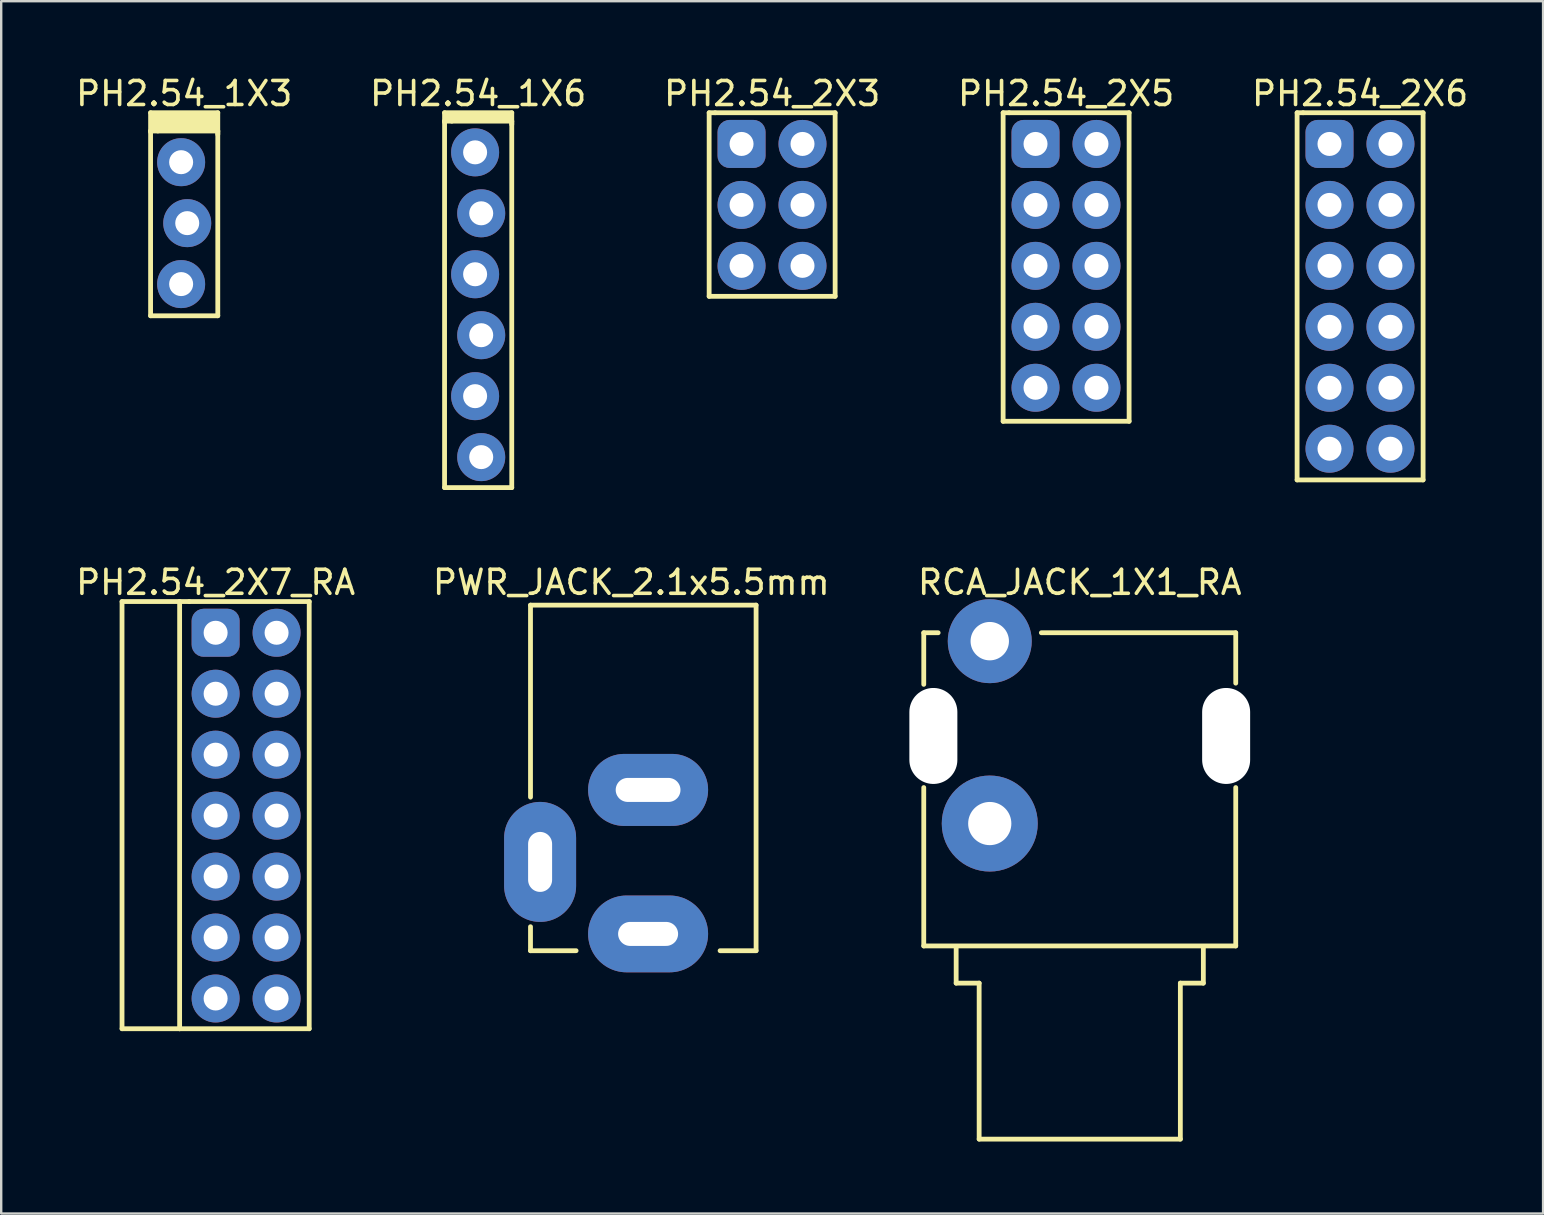
<source format=kicad_pcb>
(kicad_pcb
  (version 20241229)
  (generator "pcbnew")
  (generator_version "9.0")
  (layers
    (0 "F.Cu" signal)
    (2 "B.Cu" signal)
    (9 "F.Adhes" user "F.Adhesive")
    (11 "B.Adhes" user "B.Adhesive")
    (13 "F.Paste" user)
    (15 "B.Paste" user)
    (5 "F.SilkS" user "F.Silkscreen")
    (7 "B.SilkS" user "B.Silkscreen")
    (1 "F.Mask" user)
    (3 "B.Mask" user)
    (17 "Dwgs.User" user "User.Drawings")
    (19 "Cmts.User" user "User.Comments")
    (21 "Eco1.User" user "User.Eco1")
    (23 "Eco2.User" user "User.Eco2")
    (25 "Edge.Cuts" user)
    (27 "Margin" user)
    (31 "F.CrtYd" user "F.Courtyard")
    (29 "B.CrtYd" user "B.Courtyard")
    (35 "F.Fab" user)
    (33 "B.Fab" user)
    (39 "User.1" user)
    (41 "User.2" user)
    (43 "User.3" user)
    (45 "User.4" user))
  (footprint "PH2.54_2X3"
    (layer "F.Cu")
    (at 27.85 2.948)
    (property "Reference" "PH2.54_2X3" (at 1.275 -2.1 0) (layer "F.SilkS") (effects (font (size 1 1) (thickness 0.15))))
    (fp_line (start -1.35 -1.3) (end -1.1 -1.3) (stroke (width 0.2) (type solid)) (layer "F.SilkS"))
    (fp_line (start -1.35 6.35) (end -1.35 -1.3) (stroke (width 0.2) (type solid)) (layer "F.SilkS"))
    (fp_line (start -1.35 6.35) (end 3.9 6.35) (stroke (width 0.2) (type solid)) (layer "F.SilkS"))
    (fp_line (start -1.1 -1.3) (end 3.9 -1.3) (stroke (width 0.2) (type solid)) (layer "F.SilkS"))
    (fp_line (start 3.9 6.35) (end 3.9 -1.3) (stroke (width 0.2) (type solid)) (layer "F.SilkS"))
    (pad "1" thru_hole roundrect (at 0 0) (size 2 2) (drill 1) (layers "*.Cu" "*.Mask") (roundrect_rratio 0.25))
    (pad "2" thru_hole circle (at 2.54 0) (size 2 2) (drill 1) (layers "*.Cu" "*.Mask"))
    (pad "3" thru_hole circle (at 0 2.54) (size 2 2) (drill 1) (layers "*.Cu" "*.Mask"))
    (pad "4" thru_hole circle (at 2.54 2.54) (size 2 2) (drill 1) (layers "*.Cu" "*.Mask"))
    (pad "5" thru_hole circle (at 0 5.08) (size 2 2) (drill 1) (layers "*.Cu" "*.Mask"))
    (pad "6" thru_hole circle (at 2.54 5.08) (size 2 2) (drill 1) (layers "*.Cu" "*.Mask")))
  (footprint "PH2.54_2X6"
    (layer "F.Cu")
    (at 52.35 2.948)
    (property "Reference" "PH2.54_2X6" (at 1.275 -2.1 0) (layer "F.SilkS") (effects (font (size 1 1) (thickness 0.15))))
    (fp_line (start -1.35 -1.3) (end -1.1 -1.3) (stroke (width 0.2) (type solid)) (layer "F.SilkS"))
    (fp_line (start -1.35 14) (end -1.35 -1.3) (stroke (width 0.2) (type solid)) (layer "F.SilkS"))
    (fp_line (start -1.35 14) (end 3.9 14) (stroke (width 0.2) (type solid)) (layer "F.SilkS"))
    (fp_line (start -1.1 -1.3) (end 3.9 -1.3) (stroke (width 0.2) (type solid)) (layer "F.SilkS"))
    (fp_line (start 3.9 14) (end 3.9 -1.3) (stroke (width 0.2) (type solid)) (layer "F.SilkS"))
    (pad "1" thru_hole roundrect (at 0 0) (size 2 2) (drill 1) (layers "*.Cu" "*.Mask") (roundrect_rratio 0.25))
    (pad "2" thru_hole circle (at 2.54 0) (size 2 2) (drill 1) (layers "*.Cu" "*.Mask"))
    (pad "3" thru_hole circle (at 0 2.54) (size 2 2) (drill 1) (layers "*.Cu" "*.Mask"))
    (pad "4" thru_hole circle (at 2.54 2.54) (size 2 2) (drill 1) (layers "*.Cu" "*.Mask"))
    (pad "5" thru_hole circle (at 0 5.08) (size 2 2) (drill 1) (layers "*.Cu" "*.Mask"))
    (pad "6" thru_hole circle (at 2.54 5.08) (size 2 2) (drill 1) (layers "*.Cu" "*.Mask"))
    (pad "7" thru_hole circle (at 0 7.62) (size 2 2) (drill 1) (layers "*.Cu" "*.Mask"))
    (pad "8" thru_hole circle (at 2.54 7.62) (size 2 2) (drill 1) (layers "*.Cu" "*.Mask"))
    (pad "9" thru_hole circle (at 0 10.16) (size 2 2) (drill 1) (layers "*.Cu" "*.Mask"))
    (pad "10" thru_hole circle (at 2.54 10.16) (size 2 2) (drill 1) (layers "*.Cu" "*.Mask"))
    (pad "11" thru_hole circle (at 0 12.7) (size 2 2) (drill 1) (layers "*.Cu" "*.Mask"))
    (pad "12" thru_hole circle (at 2.54 12.7) (size 2 2) (drill 1) (layers "*.Cu" "*.Mask")))
  (footprint "PH2.54_1X3"
    (layer "F.Cu")
    (at 4.625 6.248)
    (property "Reference" "PH2.54_1X3" (at 0 -5.4 0) (layer "F.SilkS") (effects (font (size 1 1) (thickness 0.15))))
    (fp_line (start -1.4 -4.6) (end 1.4 -4.6) (stroke (width 0.2) (type solid)) (layer "F.SilkS"))
    (fp_line (start -1.4 -3.84) (end -1.1 -3.84) (stroke (width 0.2) (type solid)) (layer "F.SilkS"))
    (fp_line (start -1.4 -3.8) (end -1.4 -4.6) (stroke (width 0.2) (type solid)) (layer "F.SilkS"))
    (fp_line (start -1.4 3.86) (end -1.4 -3.84) (stroke (width 0.2) (type solid)) (layer "F.SilkS"))
    (fp_line (start -1.4 3.86) (end 1.4 3.86) (stroke (width 0.2) (type solid)) (layer "F.SilkS"))
    (fp_line (start -1.1 -3.84) (end 1.4 -3.84) (stroke (width 0.2) (type solid)) (layer "F.SilkS"))
    (fp_line (start 1.4 -3.7) (end 1.4 -4.6) (stroke (width 0.2) (type solid)) (layer "F.SilkS"))
    (fp_line (start 1.4 3.86) (end 1.4 -3.84) (stroke (width 0.2) (type solid)) (layer "F.SilkS"))
    (fp_rect (start -1.4 -3.8) (end 1.4 -4.6) (stroke (width 0) (type default)) (fill yes) (layer "F.SilkS"))
    (pad "1" thru_hole circle (at -0.127 -2.54) (size 2 2) (drill 1) (layers "*.Cu" "*.Mask"))
    (pad "2" thru_hole circle (at 0.127 0) (size 2 2) (drill 1) (layers "*.Cu" "*.Mask"))
    (pad "3" thru_hole circle (at -0.127 2.54) (size 2 2) (drill 1) (layers "*.Cu" "*.Mask")))
  (footprint "PWR_JACK_2.1x5.5mm"
    (layer "F.Cu")
    (at 23.956 22.166)
    (property "Reference" "PWR_JACK_2.1x5.5mm" (at -0.7 -0.95 0) (layer "F.SilkS") (effects (font (size 1 1) (thickness 0.15))))
    (fp_line (start -4.9 0) (end 4.5 0) (stroke (width 0.2) (type solid)) (layer "F.SilkS"))
    (fp_line (start -4.9 8) (end -4.9 0) (stroke (width 0.2) (type solid)) (layer "F.SilkS"))
    (fp_line (start -4.9 14.4) (end -4.9 13.4) (stroke (width 0.2) (type solid)) (layer "F.SilkS"))
    (fp_line (start -4.9 14.4) (end -3 14.4) (stroke (width 0.2) (type solid)) (layer "F.SilkS"))
    (fp_line (start 3 14.4) (end 4.5 14.4) (stroke (width 0.2) (type solid)) (layer "F.SilkS"))
    (fp_line (start 4.5 14.4) (end 4.5 0) (stroke (width 0.2) (type solid)) (layer "F.SilkS"))
    (pad "1" thru_hole oval (at 0 13.7) (size 5 3.2) (drill oval 2.5 1) (layers "*.Cu" "*.Mask"))
    (pad "2" thru_hole oval (at 0 7.7) (size 5 3) (drill oval 2.7 1) (layers "*.Cu" "*.Mask"))
    (pad "3" thru_hole oval (at -4.5 10.7) (size 3 5) (drill oval 1 2.5) (layers "*.Cu" "*.Mask")))
  (footprint "PH2.54_1X6"
    (layer "F.Cu")
    (at 16.875 9.648)
    (property "Reference" "PH2.54_1X6" (at 0 -8.8 0) (layer "F.SilkS") (effects (font (size 1 1) (thickness 0.15))))
    (fp_line (start -1.4 -8) (end 1.4 -8) (stroke (width 0.2) (type solid)) (layer "F.SilkS"))
    (fp_line (start -1.4 -7.65) (end -1.1 -7.65) (stroke (width 0.2) (type solid)) (layer "F.SilkS"))
    (fp_line (start -1.4 -7.61) (end -1.4 -8) (stroke (width 0.2) (type solid)) (layer "F.SilkS"))
    (fp_line (start -1.4 7.62) (end -1.4 -7.65) (stroke (width 0.2) (type solid)) (layer "F.SilkS"))
    (fp_line (start -1.4 7.62) (end 1.4 7.62) (stroke (width 0.2) (type solid)) (layer "F.SilkS"))
    (fp_line (start -1.1 -7.65) (end 1.4 -7.65) (stroke (width 0.2) (type solid)) (layer "F.SilkS"))
    (fp_line (start 1.4 -7.51) (end 1.4 -8) (stroke (width 0.2) (type solid)) (layer "F.SilkS"))
    (fp_line (start 1.4 7.62) (end 1.4 -7.65) (stroke (width 0.2) (type solid)) (layer "F.SilkS"))
    (fp_rect (start -1.4 -7.61) (end 1.4 -8) (stroke (width 0) (type default)) (fill yes) (layer "F.SilkS"))
    (pad "1" thru_hole circle (at -0.127 -6.35) (size 2 2) (drill 1) (layers "*.Cu" "*.Mask"))
    (pad "2" thru_hole circle (at 0.127 -3.81) (size 2 2) (drill 1) (layers "*.Cu" "*.Mask"))
    (pad "3" thru_hole circle (at -0.127 -1.27) (size 2 2) (drill 1) (layers "*.Cu" "*.Mask"))
    (pad "4" thru_hole circle (at 0.127 1.27 180) (size 2 2) (drill 1) (layers "*.Cu" "*.Mask"))
    (pad "5" thru_hole circle (at -0.127 3.81 180) (size 2 2) (drill 1) (layers "*.Cu" "*.Mask"))
    (pad "6" thru_hole circle (at 0.127 6.35 180) (size 2 2) (drill 1) (layers "*.Cu" "*.Mask")))
  (footprint "PH2.54_2X7_RA"
    (layer "F.Cu")
    (at 5.935 23.317)
    (property "Reference" "PH2.54_2X7_RA" (at 0 -2.1 0) (layer "F.SilkS") (effects (font (size 1 1) (thickness 0.15))))
    (fp_line (start -3.9 -1.3) (end -1.5 -1.3) (stroke (width 0.2) (type solid)) (layer "F.SilkS"))
    (fp_line (start -3.9 16.5) (end -3.9 -1.3) (stroke (width 0.2) (type solid)) (layer "F.SilkS"))
    (fp_line (start -3.9 16.5) (end -1.5 16.5) (stroke (width 0.2) (type solid)) (layer "F.SilkS"))
    (fp_line (start -1.5 -1.3) (end -1.1 -1.3) (stroke (width 0.2) (type solid)) (layer "F.SilkS"))
    (fp_line (start -1.5 16.5) (end -1.5 -1.3) (stroke (width 0.2) (type solid)) (layer "F.SilkS"))
    (fp_line (start -1.5 16.5) (end 3.9 16.5) (stroke (width 0.2) (type solid)) (layer "F.SilkS"))
    (fp_line (start -1.1 -1.3) (end 3.9 -1.3) (stroke (width 0.2) (type solid)) (layer "F.SilkS"))
    (fp_line (start 3.9 16.5) (end 3.9 -1.3) (stroke (width 0.2) (type solid)) (layer "F.SilkS"))
    (pad "1" thru_hole roundrect (at 0 0) (size 2 2) (drill 1) (layers "*.Cu" "*.Mask") (roundrect_rratio 0.25))
    (pad "2" thru_hole circle (at 2.54 0) (size 2 2) (drill 1) (layers "*.Cu" "*.Mask"))
    (pad "3" thru_hole circle (at 0 2.54) (size 2 2) (drill 1) (layers "*.Cu" "*.Mask"))
    (pad "4" thru_hole circle (at 2.54 2.54) (size 2 2) (drill 1) (layers "*.Cu" "*.Mask"))
    (pad "5" thru_hole circle (at 0 5.08) (size 2 2) (drill 1) (layers "*.Cu" "*.Mask"))
    (pad "6" thru_hole circle (at 2.54 5.08) (size 2 2) (drill 1) (layers "*.Cu" "*.Mask"))
    (pad "7" thru_hole circle (at 0 7.62) (size 2 2) (drill 1) (layers "*.Cu" "*.Mask"))
    (pad "8" thru_hole circle (at 2.54 7.62) (size 2 2) (drill 1) (layers "*.Cu" "*.Mask"))
    (pad "9" thru_hole circle (at 0 10.16) (size 2 2) (drill 1) (layers "*.Cu" "*.Mask"))
    (pad "10" thru_hole circle (at 2.54 10.16) (size 2 2) (drill 1) (layers "*.Cu" "*.Mask"))
    (pad "11" thru_hole circle (at 0 12.7) (size 2 2) (drill 1) (layers "*.Cu" "*.Mask"))
    (pad "12" thru_hole circle (at 2.54 12.7) (size 2 2) (drill 1) (layers "*.Cu" "*.Mask"))
    (pad "13" thru_hole circle (at 0 15.24) (size 2 2) (drill 1) (layers "*.Cu" "*.Mask"))
    (pad "14" thru_hole circle (at 2.54 15.24) (size 2 2) (drill 1) (layers "*.Cu" "*.Mask")))
  (footprint "RCA_JACK_1X1_RA"
    (layer "F.Cu")
    (at 41.943 36.367)
    (property "Reference" "RCA_JACK_1X1_RA" (at 0 -15.15 0) (layer "F.SilkS") (effects (font (size 1 1) (thickness 0.15))))
    (fp_line (start -6.5 -13.05) (end -5.9 -13.05) (stroke (width 0.2) (type solid)) (layer "F.SilkS"))
    (fp_line (start -6.5 -10.9) (end -6.5 -13.05) (stroke (width 0.2) (type solid)) (layer "F.SilkS"))
    (fp_line (start -6.5 0) (end -6.5 -6.6) (stroke (width 0.2) (type solid)) (layer "F.SilkS"))
    (fp_line (start -6.5 0) (end 6.5 0) (stroke (width 0.2) (type solid)) (layer "F.SilkS"))
    (fp_line (start -5.15 1.55) (end -5.15 0.05) (stroke (width 0.2) (type solid)) (layer "F.SilkS"))
    (fp_line (start -5.15 1.55) (end -4.192 1.55) (stroke (width 0.2) (type solid)) (layer "F.SilkS"))
    (fp_line (start -4.192 8.05) (end -4.192 1.55) (stroke (width 0.2) (type solid)) (layer "F.SilkS"))
    (fp_line (start -4.192 8.05) (end 4.192 8.05) (stroke (width 0.2) (type solid)) (layer "F.SilkS"))
    (fp_line (start -1.6 -13.05) (end 6.5 -13.05) (stroke (width 0.2) (type solid)) (layer "F.SilkS"))
    (fp_line (start 4.192 1.55) (end 5.15 1.55) (stroke (width 0.2) (type solid)) (layer "F.SilkS"))
    (fp_line (start 4.192 8.05) (end 4.192 1.55) (stroke (width 0.2) (type solid)) (layer "F.SilkS"))
    (fp_line (start 5.15 1.55) (end 5.15 0.05) (stroke (width 0.2) (type solid)) (layer "F.SilkS"))
    (fp_line (start 6.5 -10.95) (end 6.5 -13.05) (stroke (width 0.2) (type solid)) (layer "F.SilkS"))
    (fp_line (start 6.5 0) (end 6.5 -6.6) (stroke (width 0.2) (type solid)) (layer "F.SilkS"))
    (fp_line (start -7.2 -14.7) (end -6.25 -14.7) (stroke (width 0.2) (type solid)) (layer "Eco2.User"))
    (fp_line (start -7.2 0) (end -7.2 -14.7) (stroke (width 0.2) (type solid)) (layer "Eco2.User"))
    (fp_line (start -7.2 0) (end 10.3 0) (stroke (width 0.2) (type solid)) (layer "Eco2.User"))
    (fp_line (start -6.25 -14.7) (end 10.3 -14.7) (stroke (width 0.2) (type solid)) (layer "Eco2.User"))
    (fp_line (start 10.3 -13.45) (end 10.3 -14.7) (stroke (width 0.2) (type solid)) (layer "Eco2.User"))
    (fp_line (start 10.3 0) (end 10.3 -13.45) (stroke (width 0.2) (type solid)) (layer "Eco2.User"))
    (fp_circle (center 0 0) (end 0 -0.141) (stroke (width 0.4) (type solid)) (fill no) (layer "Eco2.User"))
    (pad "" np_thru_hole oval (at -6.1 -8.75) (size 2 4) (drill oval 2 4) (layers "*.Cu" "*.Mask"))
    (pad "" np_thru_hole oval (at 6.1 -8.75 180) (size 2 4) (drill oval 2 4) (layers "*.Cu" "*.Mask"))
    (pad "1" thru_hole circle (at -3.75 -5.1) (size 4 4) (drill 1.8) (layers "*.Cu" "*.Mask"))
    (pad "2" thru_hole circle (at -3.75 -12.7) (size 3.5 3.5) (drill 1.6) (layers "*.Cu" "*.Mask")))
  (footprint "PH2.54_2X5"
    (layer "F.Cu")
    (at 40.1 2.948)
    (property "Reference" "PH2.54_2X5" (at 1.275 -2.1 0) (layer "F.SilkS") (effects (font (size 1 1) (thickness 0.15))))
    (fp_line (start -1.35 -1.3) (end -1.1 -1.3) (stroke (width 0.2) (type solid)) (layer "F.SilkS"))
    (fp_line (start -1.35 11.557) (end -1.35 -1.3) (stroke (width 0.2) (type solid)) (layer "F.SilkS"))
    (fp_line (start -1.35 11.557) (end 3.9 11.557) (stroke (width 0.2) (type solid)) (layer "F.SilkS"))
    (fp_line (start -1.1 -1.3) (end 3.9 -1.3) (stroke (width 0.2) (type solid)) (layer "F.SilkS"))
    (fp_line (start 3.9 11.557) (end 3.9 -1.3) (stroke (width 0.2) (type solid)) (layer "F.SilkS"))
    (pad "1" thru_hole roundrect (at 0 0) (size 2 2) (drill 1) (layers "*.Cu" "*.Mask") (roundrect_rratio 0.25))
    (pad "2" thru_hole circle (at 2.54 0) (size 2 2) (drill 1) (layers "*.Cu" "*.Mask"))
    (pad "3" thru_hole circle (at 0 2.54) (size 2 2) (drill 1) (layers "*.Cu" "*.Mask"))
    (pad "4" thru_hole circle (at 2.54 2.54) (size 2 2) (drill 1) (layers "*.Cu" "*.Mask"))
    (pad "5" thru_hole circle (at 0 5.08) (size 2 2) (drill 1) (layers "*.Cu" "*.Mask"))
    (pad "6" thru_hole circle (at 2.54 5.08) (size 2 2) (drill 1) (layers "*.Cu" "*.Mask"))
    (pad "7" thru_hole circle (at 0 7.62) (size 2 2) (drill 1) (layers "*.Cu" "*.Mask"))
    (pad "8" thru_hole circle (at 2.54 7.62) (size 2 2) (drill 1) (layers "*.Cu" "*.Mask"))
    (pad "9" thru_hole circle (at 0 10.16) (size 2 2) (drill 1) (layers "*.Cu" "*.Mask"))
    (pad "10" thru_hole circle (at 2.54 10.16) (size 2 2) (drill 1) (layers "*.Cu" "*.Mask")))
  (gr_rect
    (start -3 -3)
    (end 61.25 47.517)
    (stroke (width 0.1) (type default))
    (fill no)
    (layer "Edge.Cuts")))
</source>
